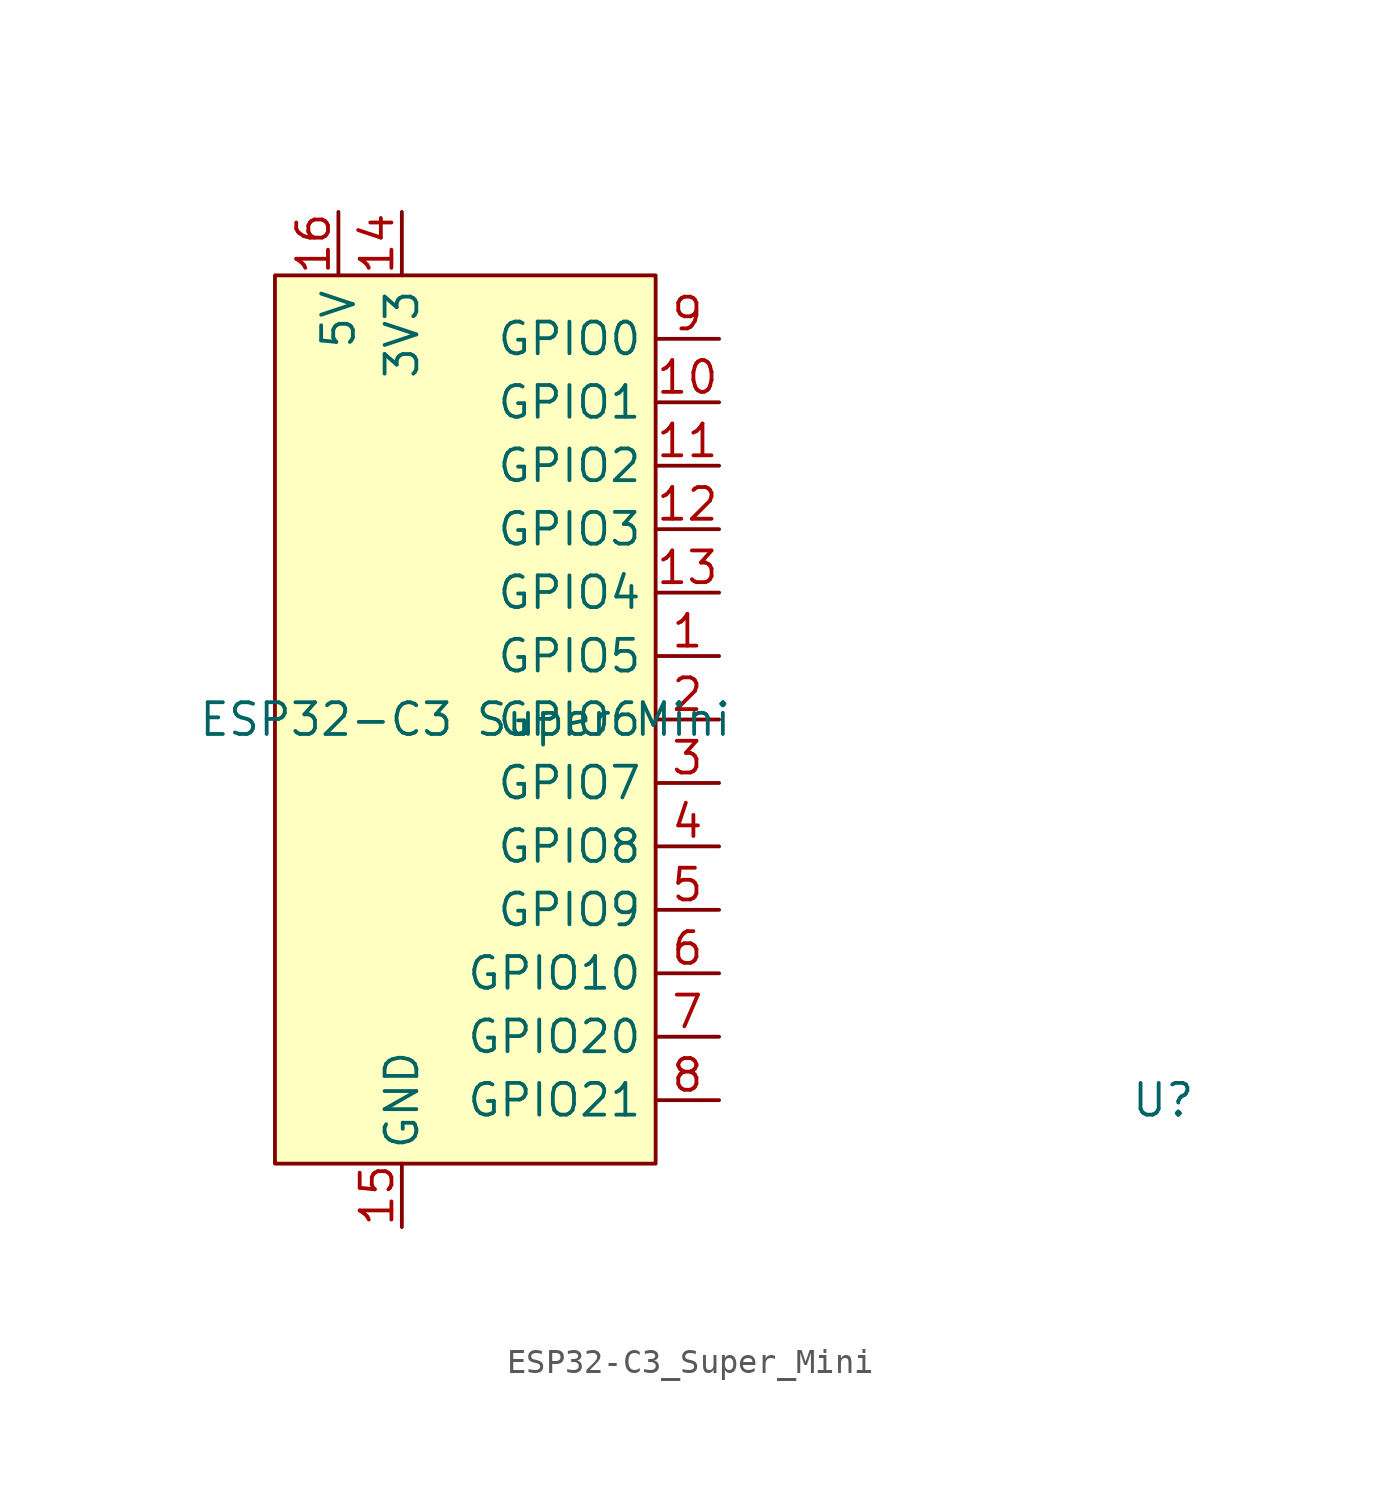
<source format=kicad_sym>
(kicad_symbol_lib
  (version 20241209)
  (generator "kicad_symbol_editor")
  (generator_version "9.0")
  (symbol "ESP32-C3_Super_Mini"
    (property "Reference" "U"
      (at 27.94 -15.24 0)
      (effects (font (size 1.27 1.27))))
    (property "Value" "ESP32-C3 Super Mini"
      (at 0 0 0)
      (effects (font (size 1.27 1.27))))
    (symbol "ESP32-C3_Super_Mini_0_0"
      (pin power_in line (at -5.08 20.32 270) (length 2.54) (name "5V" (effects (font (size 1.27 1.27)))) (number "16" (effects (font (size 1.27 1.27)))))
      (pin power_in line (at -2.54 20.32 270) (length 2.54) (name "3V3" (effects (font (size 1.27 1.27)))) (number "14" (effects (font (size 1.27 1.27)))))
      (pin power_in line (at -2.54 -20.32 90) (length 2.54) (name "GND" (effects (font (size 1.27 1.27)))) (number "15" (effects (font (size 1.27 1.27)))))
      (pin bidirectional line (at 10.16 15.24 180) (length 2.54) (name "GPIO0" (effects (font (size 1.27 1.27)))) (number "9" (effects (font (size 1.27 1.27)))))
      (pin bidirectional line (at 10.16 12.7 180) (length 2.54) (name "GPIO1" (effects (font (size 1.27 1.27)))) (number "10" (effects (font (size 1.27 1.27)))))
      (pin bidirectional line (at 10.16 10.16 180) (length 2.54) (name "GPIO2" (effects (font (size 1.27 1.27)))) (number "11" (effects (font (size 1.27 1.27)))))
      (pin bidirectional line (at 10.16 7.62 180) (length 2.54) (name "GPIO3" (effects (font (size 1.27 1.27)))) (number "12" (effects (font (size 1.27 1.27)))))
      (pin bidirectional line (at 10.16 5.08 180) (length 2.54) (name "GPIO4" (effects (font (size 1.27 1.27)))) (number "13" (effects (font (size 1.27 1.27)))))
      (pin bidirectional line (at 10.16 2.54 180) (length 2.54) (name "GPIO5" (effects (font (size 1.27 1.27)))) (number "1" (effects (font (size 1.27 1.27)))))
      (pin bidirectional line (at 10.16 0 180) (length 2.54) (name "GPIO6" (effects (font (size 1.27 1.27)))) (number "2" (effects (font (size 1.27 1.27)))))
      (pin bidirectional line (at 10.16 -2.54 180) (length 2.54) (name "GPIO7" (effects (font (size 1.27 1.27)))) (number "3" (effects (font (size 1.27 1.27)))))
      (pin bidirectional line (at 10.16 -5.08 180) (length 2.54) (name "GPIO8" (effects (font (size 1.27 1.27)))) (number "4" (effects (font (size 1.27 1.27)))))
      (pin bidirectional line (at 10.16 -7.62 180) (length 2.54) (name "GPIO9" (effects (font (size 1.27 1.27)))) (number "5" (effects (font (size 1.27 1.27)))))
      (pin bidirectional line (at 10.16 -10.16 180) (length 2.54) (name "GPIO10" (effects (font (size 1.27 1.27)))) (number "6" (effects (font (size 1.27 1.27)))))
      (pin bidirectional line (at 10.16 -12.7 180) (length 2.54) (name "GPIO20" (effects (font (size 1.27 1.27)))) (number "7" (effects (font (size 1.27 1.27)))))
      (pin bidirectional line (at 10.16 -15.24 180) (length 2.54) (name "GPIO21" (effects (font (size 1.27 1.27)))) (number "8" (effects (font (size 1.27 1.27))))))
    (symbol "ESP32-C3_Super_Mini_1_1"
      (rectangle (start -7.62 17.78) (end 7.62 -17.78) (stroke (width 0) (type solid)) (fill (type background))))))
</source>
